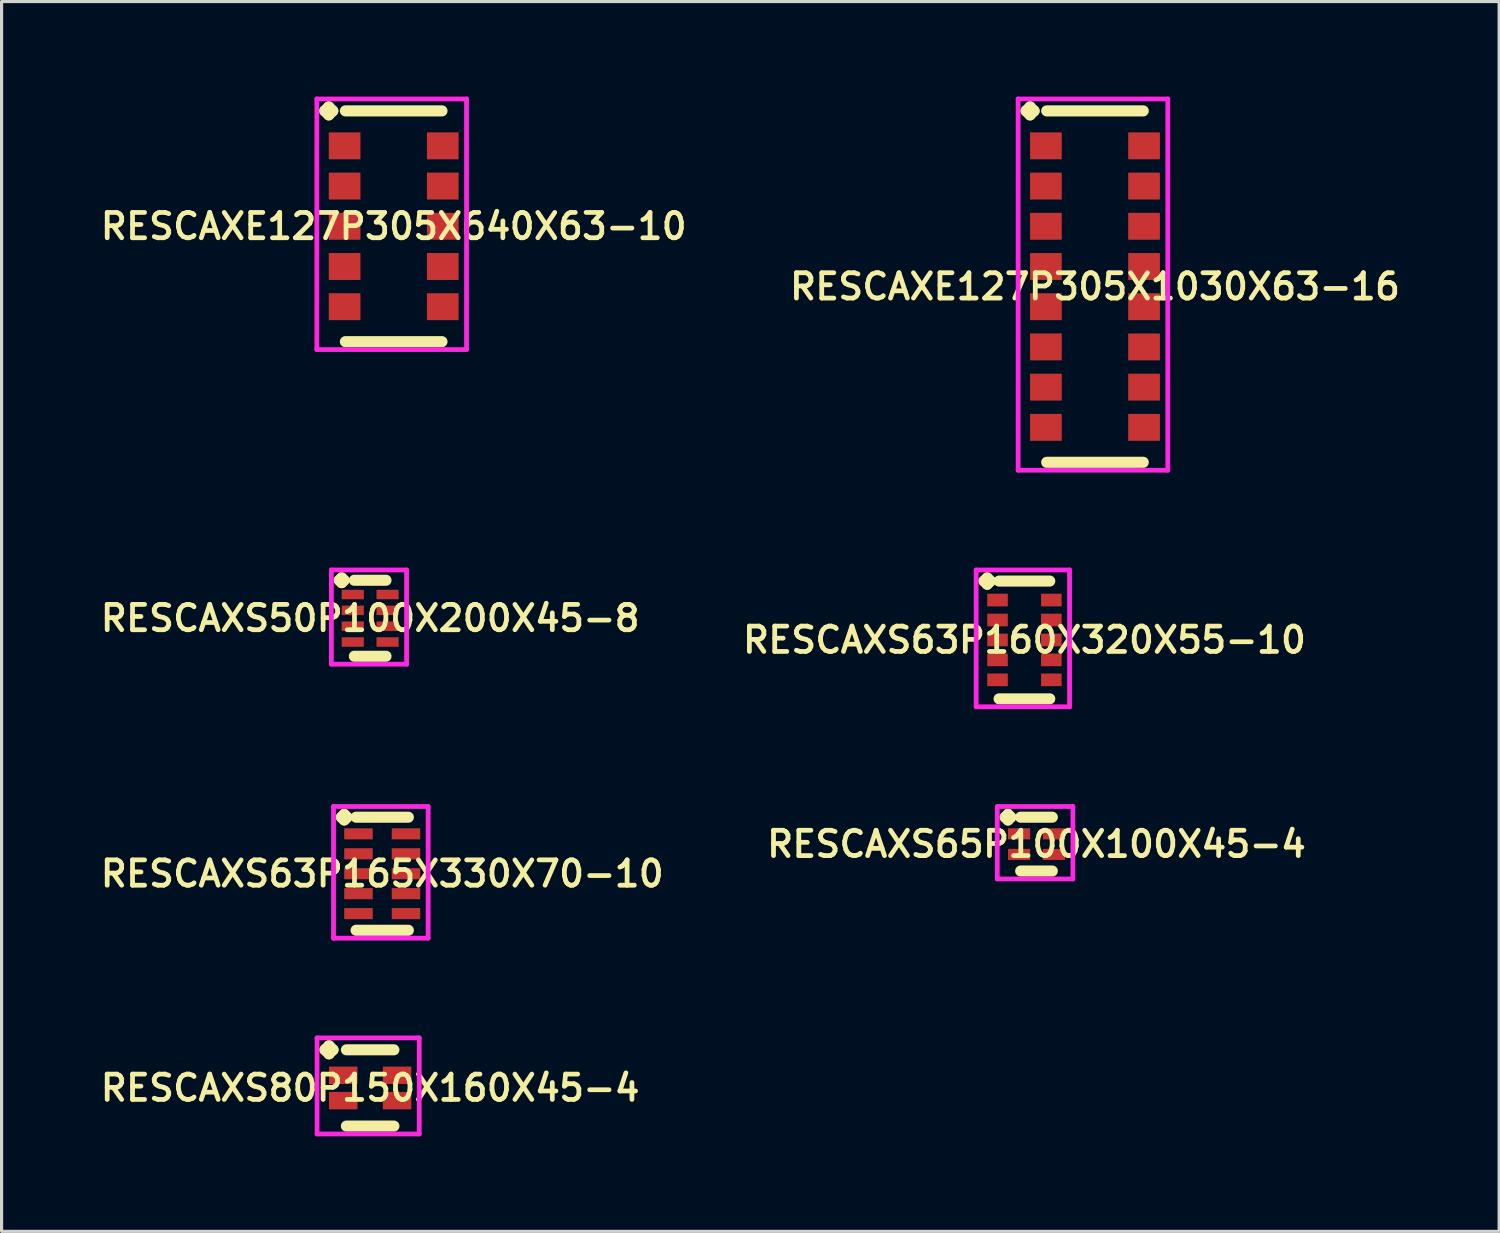
<source format=kicad_pcb>
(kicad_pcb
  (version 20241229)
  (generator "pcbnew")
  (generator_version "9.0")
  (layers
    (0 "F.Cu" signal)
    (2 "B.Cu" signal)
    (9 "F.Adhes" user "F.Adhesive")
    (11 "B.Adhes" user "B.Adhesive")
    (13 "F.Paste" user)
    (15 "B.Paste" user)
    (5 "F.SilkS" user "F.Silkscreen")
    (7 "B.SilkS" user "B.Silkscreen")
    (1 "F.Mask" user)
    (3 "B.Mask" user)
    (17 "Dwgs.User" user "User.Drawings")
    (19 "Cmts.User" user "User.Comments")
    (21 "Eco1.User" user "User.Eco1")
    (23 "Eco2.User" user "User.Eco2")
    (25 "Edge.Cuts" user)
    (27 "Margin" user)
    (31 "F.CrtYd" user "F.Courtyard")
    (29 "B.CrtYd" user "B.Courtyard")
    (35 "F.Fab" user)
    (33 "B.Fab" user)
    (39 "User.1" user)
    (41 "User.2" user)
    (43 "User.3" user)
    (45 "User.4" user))
  (footprint "RESCAXE127P305X1030X63-16"
    (layer "F.Cu")
    (at 31.53 6.001)
    (property "Reference" "RESCAXE127P305X1030X63-16" (at 0 0 0) (layer "F.SilkS") (effects (font (size 0.8 0.8) (thickness 0.15))))
    (attr smd)
    (fp_line (start -2.177 -5.549) (end -2.05 -5.676) (stroke (width 0.35) (type solid)) (layer "F.SilkS"))
    (fp_line (start -2.05 -5.676) (end -1.923 -5.549) (stroke (width 0.35) (type solid)) (layer "F.SilkS"))
    (fp_line (start -2.05 -5.422) (end -2.177 -5.549) (stroke (width 0.35) (type solid)) (layer "F.SilkS"))
    (fp_line (start -1.923 -5.549) (end -2.05 -5.422) (stroke (width 0.35) (type solid)) (layer "F.SilkS"))
    (fp_line (start -1.525 -5.549) (end 1.525 -5.549) (stroke (width 0.35) (type solid)) (layer "F.SilkS"))
    (fp_line (start -1.525 5.549) (end 1.525 5.549) (stroke (width 0.35) (type solid)) (layer "F.SilkS"))
    (fp_line (start -2.427 -5.926) (end 2.3 -5.926) (stroke (width 0.15) (type solid)) (layer "F.CrtYd"))
    (fp_line (start -2.427 5.799) (end -2.427 -5.926) (stroke (width 0.15) (type solid)) (layer "F.CrtYd"))
    (fp_line (start 2.3 -5.926) (end 2.3 5.799) (stroke (width 0.15) (type solid)) (layer "F.CrtYd"))
    (fp_line (start 2.3 5.799) (end -2.427 5.799) (stroke (width 0.15) (type solid)) (layer "F.CrtYd"))
    (pad "1" smd rect (at -1.55 -4.445) (size 1 0.85) (layers "F.Cu" "F.Mask" "F.Paste"))
    (pad "2" smd rect (at -1.55 -3.175) (size 1 0.85) (layers "F.Cu" "F.Mask" "F.Paste"))
    (pad "3" smd rect (at -1.55 -1.905) (size 1 0.85) (layers "F.Cu" "F.Mask" "F.Paste"))
    (pad "4" smd rect (at -1.55 -0.635) (size 1 0.85) (layers "F.Cu" "F.Mask" "F.Paste"))
    (pad "5" smd rect (at -1.55 0.635) (size 1 0.85) (layers "F.Cu" "F.Mask" "F.Paste"))
    (pad "6" smd rect (at -1.55 1.905) (size 1 0.85) (layers "F.Cu" "F.Mask" "F.Paste"))
    (pad "7" smd rect (at -1.55 3.175) (size 1 0.85) (layers "F.Cu" "F.Mask" "F.Paste"))
    (pad "8" smd rect (at -1.55 4.445) (size 1 0.85) (layers "F.Cu" "F.Mask" "F.Paste"))
    (pad "9" smd rect (at 1.55 4.445) (size 1 0.85) (layers "F.Cu" "F.Mask" "F.Paste"))
    (pad "10" smd rect (at 1.55 3.175) (size 1 0.85) (layers "F.Cu" "F.Mask" "F.Paste"))
    (pad "11" smd rect (at 1.55 1.905) (size 1 0.85) (layers "F.Cu" "F.Mask" "F.Paste"))
    (pad "12" smd rect (at 1.55 0.635) (size 1 0.85) (layers "F.Cu" "F.Mask" "F.Paste"))
    (pad "13" smd rect (at 1.55 -0.635) (size 1 0.85) (layers "F.Cu" "F.Mask" "F.Paste"))
    (pad "14" smd rect (at 1.55 -1.905) (size 1 0.85) (layers "F.Cu" "F.Mask" "F.Paste"))
    (pad "15" smd rect (at 1.55 -3.175) (size 1 0.85) (layers "F.Cu" "F.Mask" "F.Paste"))
    (pad "16" smd rect (at 1.55 -4.445) (size 1 0.85) (layers "F.Cu" "F.Mask" "F.Paste")))
  (footprint "RESCAXS65P100X100X45-4"
    (layer "F.Cu")
    (at 29.683 23.608)
    (property "Reference" "RESCAXS65P100X100X45-4" (at 0 0 0) (layer "F.SilkS") (effects (font (size 0.8 0.8) (thickness 0.15))))
    (attr smd)
    (fp_line (start -0.988 -0.85) (end -0.9 -0.938) (stroke (width 0.35) (type solid)) (layer "F.SilkS"))
    (fp_line (start -0.9 -0.938) (end -0.812 -0.85) (stroke (width 0.35) (type solid)) (layer "F.SilkS"))
    (fp_line (start -0.9 -0.762) (end -0.988 -0.85) (stroke (width 0.35) (type solid)) (layer "F.SilkS"))
    (fp_line (start -0.812 -0.85) (end -0.9 -0.762) (stroke (width 0.35) (type solid)) (layer "F.SilkS"))
    (fp_line (start -0.5 -0.85) (end 0.5 -0.85) (stroke (width 0.35) (type solid)) (layer "F.SilkS"))
    (fp_line (start -0.5 0.85) (end 0.5 0.85) (stroke (width 0.35) (type solid)) (layer "F.SilkS"))
    (fp_line (start -1.238 -1.188) (end 1.15 -1.188) (stroke (width 0.15) (type solid)) (layer "F.CrtYd"))
    (fp_line (start -1.238 1.1) (end -1.238 -1.188) (stroke (width 0.15) (type solid)) (layer "F.CrtYd"))
    (fp_line (start 1.15 -1.188) (end 1.15 1.1) (stroke (width 0.15) (type solid)) (layer "F.CrtYd"))
    (fp_line (start 1.15 1.1) (end -1.238 1.1) (stroke (width 0.15) (type solid)) (layer "F.CrtYd"))
    (pad "1" smd rect (at -0.55 -0.325) (size 0.7 0.35) (layers "F.Cu" "F.Mask" "F.Paste"))
    (pad "2" smd rect (at -0.55 0.325) (size 0.7 0.35) (layers "F.Cu" "F.Mask" "F.Paste"))
    (pad "3" smd rect (at 0.55 0.325) (size 0.7 0.35) (layers "F.Cu" "F.Mask" "F.Paste"))
    (pad "4" smd rect (at 0.55 -0.325) (size 0.7 0.35) (layers "F.Cu" "F.Mask" "F.Paste")))
  (footprint "RESCAXE127P305X640X63-10"
    (layer "F.Cu")
    (at 9.383 4.096)
    (property "Reference" "RESCAXE127P305X640X63-10" (at 0 0 0) (layer "F.SilkS") (effects (font (size 0.8 0.8) (thickness 0.15))))
    (attr smd)
    (fp_line (start -2.177 -3.644) (end -2.05 -3.771) (stroke (width 0.35) (type solid)) (layer "F.SilkS"))
    (fp_line (start -2.05 -3.771) (end -1.923 -3.644) (stroke (width 0.35) (type solid)) (layer "F.SilkS"))
    (fp_line (start -2.05 -3.517) (end -2.177 -3.644) (stroke (width 0.35) (type solid)) (layer "F.SilkS"))
    (fp_line (start -1.923 -3.644) (end -2.05 -3.517) (stroke (width 0.35) (type solid)) (layer "F.SilkS"))
    (fp_line (start -1.525 -3.644) (end 1.525 -3.644) (stroke (width 0.35) (type solid)) (layer "F.SilkS"))
    (fp_line (start -1.525 3.644) (end 1.525 3.644) (stroke (width 0.35) (type solid)) (layer "F.SilkS"))
    (fp_line (start -2.427 -4.021) (end 2.3 -4.021) (stroke (width 0.15) (type solid)) (layer "F.CrtYd"))
    (fp_line (start -2.427 3.894) (end -2.427 -4.021) (stroke (width 0.15) (type solid)) (layer "F.CrtYd"))
    (fp_line (start 2.3 -4.021) (end 2.3 3.894) (stroke (width 0.15) (type solid)) (layer "F.CrtYd"))
    (fp_line (start 2.3 3.894) (end -2.427 3.894) (stroke (width 0.15) (type solid)) (layer "F.CrtYd"))
    (pad "1" smd rect (at -1.55 -2.54) (size 1 0.85) (layers "F.Cu" "F.Mask" "F.Paste"))
    (pad "2" smd rect (at -1.55 -1.27) (size 1 0.85) (layers "F.Cu" "F.Mask" "F.Paste"))
    (pad "3" smd rect (at -1.55 0) (size 1 0.85) (layers "F.Cu" "F.Mask" "F.Paste"))
    (pad "4" smd rect (at -1.55 1.27) (size 1 0.85) (layers "F.Cu" "F.Mask" "F.Paste"))
    (pad "5" smd rect (at -1.55 2.54) (size 1 0.85) (layers "F.Cu" "F.Mask" "F.Paste"))
    (pad "6" smd rect (at 1.55 2.54) (size 1 0.85) (layers "F.Cu" "F.Mask" "F.Paste"))
    (pad "7" smd rect (at 1.55 1.27) (size 1 0.85) (layers "F.Cu" "F.Mask" "F.Paste"))
    (pad "8" smd rect (at 1.55 0) (size 1 0.85) (layers "F.Cu" "F.Mask" "F.Paste"))
    (pad "9" smd rect (at 1.55 -1.27) (size 1 0.85) (layers "F.Cu" "F.Mask" "F.Paste"))
    (pad "10" smd rect (at 1.55 -2.54) (size 1 0.85) (layers "F.Cu" "F.Mask" "F.Paste")))
  (footprint "RESCAXS63P165X330X70-10"
    (layer "F.Cu")
    (at 9.021 24.543)
    (property "Reference" "RESCAXS63P165X330X70-10" (at 0 0 0) (layer "F.SilkS") (effects (font (size 0.8 0.8) (thickness 0.15))))
    (attr smd)
    (fp_line (start -1.288 -1.785) (end -1.2 -1.873) (stroke (width 0.35) (type solid)) (layer "F.SilkS"))
    (fp_line (start -1.2 -1.873) (end -1.113 -1.785) (stroke (width 0.35) (type solid)) (layer "F.SilkS"))
    (fp_line (start -1.2 -1.698) (end -1.288 -1.785) (stroke (width 0.35) (type solid)) (layer "F.SilkS"))
    (fp_line (start -1.113 -1.785) (end -1.2 -1.698) (stroke (width 0.35) (type solid)) (layer "F.SilkS"))
    (fp_line (start -0.825 -1.785) (end 0.825 -1.785) (stroke (width 0.35) (type solid)) (layer "F.SilkS"))
    (fp_line (start -0.825 1.785) (end 0.825 1.785) (stroke (width 0.35) (type solid)) (layer "F.SilkS"))
    (fp_line (start -1.538 -2.123) (end 1.45 -2.123) (stroke (width 0.15) (type solid)) (layer "F.CrtYd"))
    (fp_line (start -1.538 2.035) (end -1.538 -2.123) (stroke (width 0.15) (type solid)) (layer "F.CrtYd"))
    (fp_line (start 1.45 -2.123) (end 1.45 2.035) (stroke (width 0.15) (type solid)) (layer "F.CrtYd"))
    (fp_line (start 1.45 2.035) (end -1.538 2.035) (stroke (width 0.15) (type solid)) (layer "F.CrtYd"))
    (pad "1" smd rect (at -0.75 -1.26) (size 0.9 0.35) (layers "F.Cu" "F.Mask" "F.Paste"))
    (pad "2" smd rect (at -0.75 -0.63) (size 0.9 0.35) (layers "F.Cu" "F.Mask" "F.Paste"))
    (pad "3" smd rect (at -0.75 0) (size 0.9 0.35) (layers "F.Cu" "F.Mask" "F.Paste"))
    (pad "4" smd rect (at -0.75 0.63) (size 0.9 0.35) (layers "F.Cu" "F.Mask" "F.Paste"))
    (pad "5" smd rect (at -0.75 1.26) (size 0.9 0.35) (layers "F.Cu" "F.Mask" "F.Paste"))
    (pad "6" smd rect (at 0.75 1.26) (size 0.9 0.35) (layers "F.Cu" "F.Mask" "F.Paste"))
    (pad "7" smd rect (at 0.75 0.63) (size 0.9 0.35) (layers "F.Cu" "F.Mask" "F.Paste"))
    (pad "8" smd rect (at 0.75 0) (size 0.9 0.35) (layers "F.Cu" "F.Mask" "F.Paste"))
    (pad "9" smd rect (at 0.75 -0.63) (size 0.9 0.35) (layers "F.Cu" "F.Mask" "F.Paste"))
    (pad "10" smd rect (at 0.75 -1.26) (size 0.9 0.35) (layers "F.Cu" "F.Mask" "F.Paste")))
  (footprint "RESCAXS80P150X160X45-4"
    (layer "F.Cu")
    (at 8.64 31.308)
    (property "Reference" "RESCAXS80P150X160X45-4" (at 0 0 0) (layer "F.SilkS") (effects (font (size 0.8 0.8) (thickness 0.15))))
    (attr smd)
    (fp_line (start -1.427 -1.204) (end -1.3 -1.331) (stroke (width 0.35) (type solid)) (layer "F.SilkS"))
    (fp_line (start -1.3 -1.331) (end -1.173 -1.204) (stroke (width 0.35) (type solid)) (layer "F.SilkS"))
    (fp_line (start -1.3 -1.077) (end -1.427 -1.204) (stroke (width 0.35) (type solid)) (layer "F.SilkS"))
    (fp_line (start -1.173 -1.204) (end -1.3 -1.077) (stroke (width 0.35) (type solid)) (layer "F.SilkS"))
    (fp_line (start -0.75 -1.204) (end 0.75 -1.204) (stroke (width 0.35) (type solid)) (layer "F.SilkS"))
    (fp_line (start -0.75 1.204) (end 0.75 1.204) (stroke (width 0.35) (type solid)) (layer "F.SilkS"))
    (fp_line (start -1.677 -1.581) (end 1.55 -1.581) (stroke (width 0.15) (type solid)) (layer "F.CrtYd"))
    (fp_line (start -1.677 1.454) (end -1.677 -1.581) (stroke (width 0.15) (type solid)) (layer "F.CrtYd"))
    (fp_line (start 1.55 -1.581) (end 1.55 1.454) (stroke (width 0.15) (type solid)) (layer "F.CrtYd"))
    (fp_line (start 1.55 1.454) (end -1.677 1.454) (stroke (width 0.15) (type solid)) (layer "F.CrtYd"))
    (pad "1" smd rect (at -0.85 -0.4) (size 0.9 0.55) (layers "F.Cu" "F.Mask" "F.Paste"))
    (pad "2" smd rect (at -0.85 0.4) (size 0.9 0.55) (layers "F.Cu" "F.Mask" "F.Paste"))
    (pad "3" smd rect (at 0.85 0.4) (size 0.9 0.55) (layers "F.Cu" "F.Mask" "F.Paste"))
    (pad "4" smd rect (at 0.85 -0.4) (size 0.9 0.55) (layers "F.Cu" "F.Mask" "F.Paste")))
  (footprint "RESCAXS50P100X200X45-8"
    (layer "F.Cu")
    (at 8.64 16.475)
    (property "Reference" "RESCAXS50P100X200X45-8" (at 0 0 0) (layer "F.SilkS") (effects (font (size 0.8 0.8) (thickness 0.15))))
    (attr smd)
    (fp_line (start -0.975 -1.2) (end -0.9 -1.275) (stroke (width 0.35) (type solid)) (layer "F.SilkS"))
    (fp_line (start -0.9 -1.275) (end -0.825 -1.2) (stroke (width 0.35) (type solid)) (layer "F.SilkS"))
    (fp_line (start -0.9 -1.125) (end -0.975 -1.2) (stroke (width 0.35) (type solid)) (layer "F.SilkS"))
    (fp_line (start -0.825 -1.2) (end -0.9 -1.125) (stroke (width 0.35) (type solid)) (layer "F.SilkS"))
    (fp_line (start -0.5 -1.2) (end 0.5 -1.2) (stroke (width 0.35) (type solid)) (layer "F.SilkS"))
    (fp_line (start -0.5 1.2) (end 0.5 1.2) (stroke (width 0.35) (type solid)) (layer "F.SilkS"))
    (fp_line (start -1.225 -1.525) (end 1.15 -1.525) (stroke (width 0.15) (type solid)) (layer "F.CrtYd"))
    (fp_line (start -1.225 1.45) (end -1.225 -1.525) (stroke (width 0.15) (type solid)) (layer "F.CrtYd"))
    (fp_line (start 1.15 -1.525) (end 1.15 1.45) (stroke (width 0.15) (type solid)) (layer "F.CrtYd"))
    (fp_line (start 1.15 1.45) (end -1.225 1.45) (stroke (width 0.15) (type solid)) (layer "F.CrtYd"))
    (pad "1" smd rect (at -0.55 -0.75) (size 0.7 0.3) (layers "F.Cu" "F.Mask" "F.Paste"))
    (pad "2" smd rect (at -0.55 -0.25) (size 0.7 0.3) (layers "F.Cu" "F.Mask" "F.Paste"))
    (pad "3" smd rect (at -0.55 0.25) (size 0.7 0.3) (layers "F.Cu" "F.Mask" "F.Paste"))
    (pad "4" smd rect (at -0.55 0.75) (size 0.7 0.3) (layers "F.Cu" "F.Mask" "F.Paste"))
    (pad "5" smd rect (at 0.55 0.75) (size 0.7 0.3) (layers "F.Cu" "F.Mask" "F.Paste"))
    (pad "6" smd rect (at 0.55 0.25) (size 0.7 0.3) (layers "F.Cu" "F.Mask" "F.Paste"))
    (pad "7" smd rect (at 0.55 -0.25) (size 0.7 0.3) (layers "F.Cu" "F.Mask" "F.Paste"))
    (pad "8" smd rect (at 0.55 -0.75) (size 0.7 0.3) (layers "F.Cu" "F.Mask" "F.Paste")))
  (footprint "RESCAXS63P160X320X55-10"
    (layer "F.Cu")
    (at 29.302 17.16)
    (property "Reference" "RESCAXS63P160X320X55-10" (at 0 0 0) (layer "F.SilkS") (effects (font (size 0.8 0.8) (thickness 0.15))))
    (attr smd)
    (fp_line (start -1.275 -1.86) (end -1.175 -1.96) (stroke (width 0.35) (type solid)) (layer "F.SilkS"))
    (fp_line (start -1.175 -1.96) (end -1.075 -1.86) (stroke (width 0.35) (type solid)) (layer "F.SilkS"))
    (fp_line (start -1.175 -1.76) (end -1.275 -1.86) (stroke (width 0.35) (type solid)) (layer "F.SilkS"))
    (fp_line (start -1.075 -1.86) (end -1.175 -1.76) (stroke (width 0.35) (type solid)) (layer "F.SilkS"))
    (fp_line (start -0.8 -1.86) (end 0.8 -1.86) (stroke (width 0.35) (type solid)) (layer "F.SilkS"))
    (fp_line (start -0.8 1.86) (end 0.8 1.86) (stroke (width 0.35) (type solid)) (layer "F.SilkS"))
    (fp_line (start -1.525 -2.21) (end 1.425 -2.21) (stroke (width 0.15) (type solid)) (layer "F.CrtYd"))
    (fp_line (start -1.525 2.11) (end -1.525 -2.21) (stroke (width 0.15) (type solid)) (layer "F.CrtYd"))
    (fp_line (start 1.425 -2.21) (end 1.425 2.11) (stroke (width 0.15) (type solid)) (layer "F.CrtYd"))
    (fp_line (start 1.425 2.11) (end -1.525 2.11) (stroke (width 0.15) (type solid)) (layer "F.CrtYd"))
    (pad "1" smd rect (at -0.85 -1.26) (size 0.65 0.4) (layers "F.Cu" "F.Mask" "F.Paste"))
    (pad "2" smd rect (at -0.85 -0.63) (size 0.65 0.4) (layers "F.Cu" "F.Mask" "F.Paste"))
    (pad "3" smd rect (at -0.85 0) (size 0.65 0.4) (layers "F.Cu" "F.Mask" "F.Paste"))
    (pad "4" smd rect (at -0.85 0.63) (size 0.65 0.4) (layers "F.Cu" "F.Mask" "F.Paste"))
    (pad "5" smd rect (at -0.85 1.26) (size 0.65 0.4) (layers "F.Cu" "F.Mask" "F.Paste"))
    (pad "6" smd rect (at 0.85 1.26) (size 0.65 0.4) (layers "F.Cu" "F.Mask" "F.Paste"))
    (pad "7" smd rect (at 0.85 0.63) (size 0.65 0.4) (layers "F.Cu" "F.Mask" "F.Paste"))
    (pad "8" smd rect (at 0.85 0) (size 0.65 0.4) (layers "F.Cu" "F.Mask" "F.Paste"))
    (pad "9" smd rect (at 0.85 -0.63) (size 0.65 0.4) (layers "F.Cu" "F.Mask" "F.Paste"))
    (pad "10" smd rect (at 0.85 -1.26) (size 0.65 0.4) (layers "F.Cu" "F.Mask" "F.Paste")))
  (gr_rect
    (start -3 -3)
    (end 44.294 35.837)
    (stroke (width 0.1) (type default))
    (fill no)
    (layer "Edge.Cuts")))
</source>
